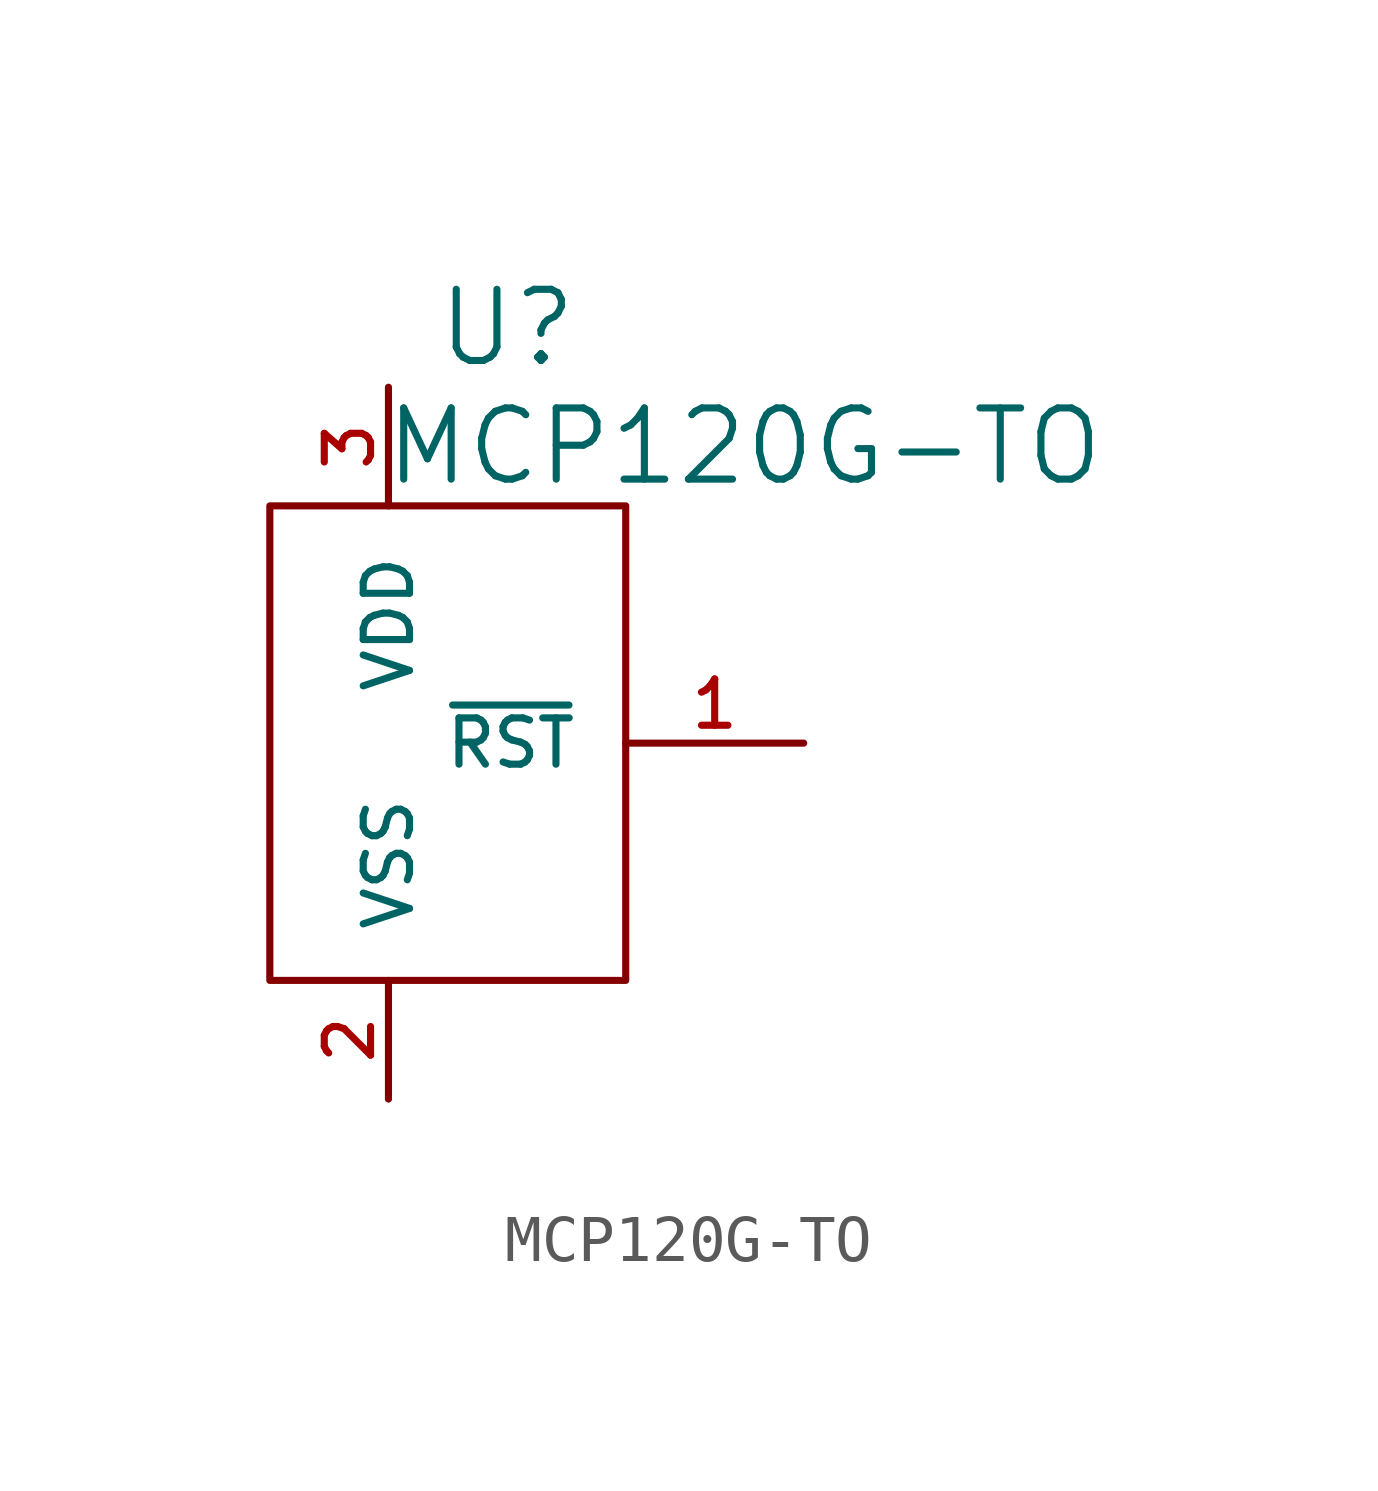
<source format=kicad_sym>
(kicad_symbol_lib
  (version 20220914)
  (generator kicad_symbol_editor)
  (symbol "MCP120G-TO"
    (pin_names
      (offset 1.016))
    (property "Reference" "U"
      (at 1.27 8.89 0)
      (effects (font (size 1.524 1.524))))
    (property "Value" "MCP120G-TO"
      (at 6.35 6.35 0)
      (effects (font (size 1.524 1.524))))
    (property "Footprint" ""
      (at 0 0 0)
      (effects (font (size 1.524 1.524))))
    (property "Datasheet" ""
      (at 0 0 0)
      (effects (font (size 1.524 1.524))))
    (symbol "MCP120G-TO_0_1"
      (rectangle (start -3.81 5.08) (end 3.81 -5.08) (stroke (width 0) (type solid)) (fill (type none))))
    (symbol "MCP120G-TO_1_1"
      (pin passive line (at 7.62 0 180) (length 3.81) (name "~{RST}" (effects (font (size 0.991 0.991)))) (number "1" (effects (font (size 0.991 0.991)))))
      (pin passive line (at -1.27 -7.62 90) (length 2.54) (name "VSS" (effects (font (size 0.991 0.991)))) (number "2" (effects (font (size 0.991 0.991)))))
      (pin bidirectional line (at -1.27 7.62 270) (length 2.54) (name "VDD" (effects (font (size 0.991 0.991)))) (number "3" (effects (font (size 0.991 0.991))))))))
</source>
